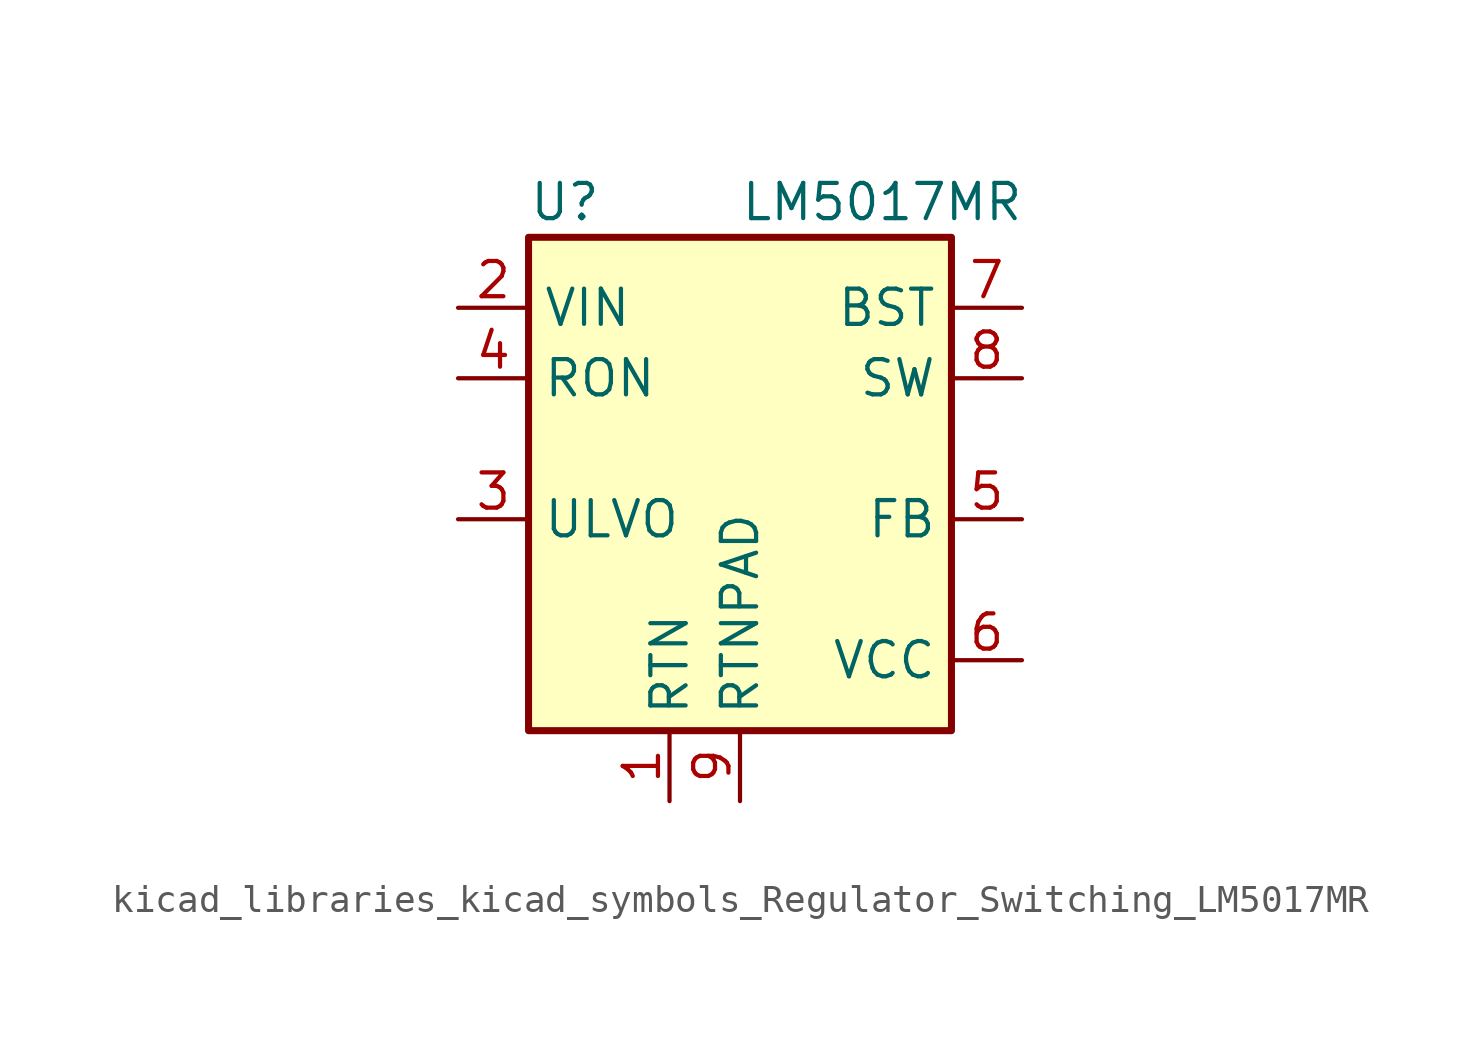
<source format=kicad_sym>
(kicad_symbol_lib
  (version 20220914)
  (generator kicad_symbol_editor)
  (symbol "kicad_libraries_kicad_symbols_Regulator_Switching_LM5017MR"
    (property "Reference" "U"
      (at -7.62 8.89 0)
      (effects (font (size 1.27 1.27)) (justify left)))
    (property "Value" "LM5017MR"
      (at 0 8.89 0)
      (effects (font (size 1.27 1.27)) (justify left)))
    (symbol "kicad_libraries_kicad_symbols_Regulator_Switching_LM5017MR_0_1"
      (rectangle (start -7.62 7.62) (end 7.62 -10.16) (stroke (width 0.254) (type default)) (fill (type background))))
    (symbol "kicad_libraries_kicad_symbols_Regulator_Switching_LM5017MR_1_1"
      (pin power_in line (at -2.54 -12.7 90) (length 2.54) (name "RTN" (effects (font (size 1.27 1.27)))) (number "1" (effects (font (size 1.27 1.27)))))
      (pin power_in line (at -10.16 5.08 0) (length 2.54) (name "VIN" (effects (font (size 1.27 1.27)))) (number "2" (effects (font (size 1.27 1.27)))))
      (pin input line (at -10.16 -2.54 0) (length 2.54) (name "ULVO" (effects (font (size 1.27 1.27)))) (number "3" (effects (font (size 1.27 1.27)))))
      (pin input line (at -10.16 2.54 0) (length 2.54) (name "RON" (effects (font (size 1.27 1.27)))) (number "4" (effects (font (size 1.27 1.27)))))
      (pin input line (at 10.16 -2.54 180) (length 2.54) (name "FB" (effects (font (size 1.27 1.27)))) (number "5" (effects (font (size 1.27 1.27)))))
      (pin output line (at 10.16 -7.62 180) (length 2.54) (name "VCC" (effects (font (size 1.27 1.27)))) (number "6" (effects (font (size 1.27 1.27)))))
      (pin input line (at 10.16 5.08 180) (length 2.54) (name "BST" (effects (font (size 1.27 1.27)))) (number "7" (effects (font (size 1.27 1.27)))))
      (pin output line (at 10.16 2.54 180) (length 2.54) (name "SW" (effects (font (size 1.27 1.27)))) (number "8" (effects (font (size 1.27 1.27)))))
      (pin power_in line (at 0 -12.7 90) (length 2.54) (name "RTNPAD" (effects (font (size 1.27 1.27)))) (number "9" (effects (font (size 1.27 1.27))))))))
</source>
